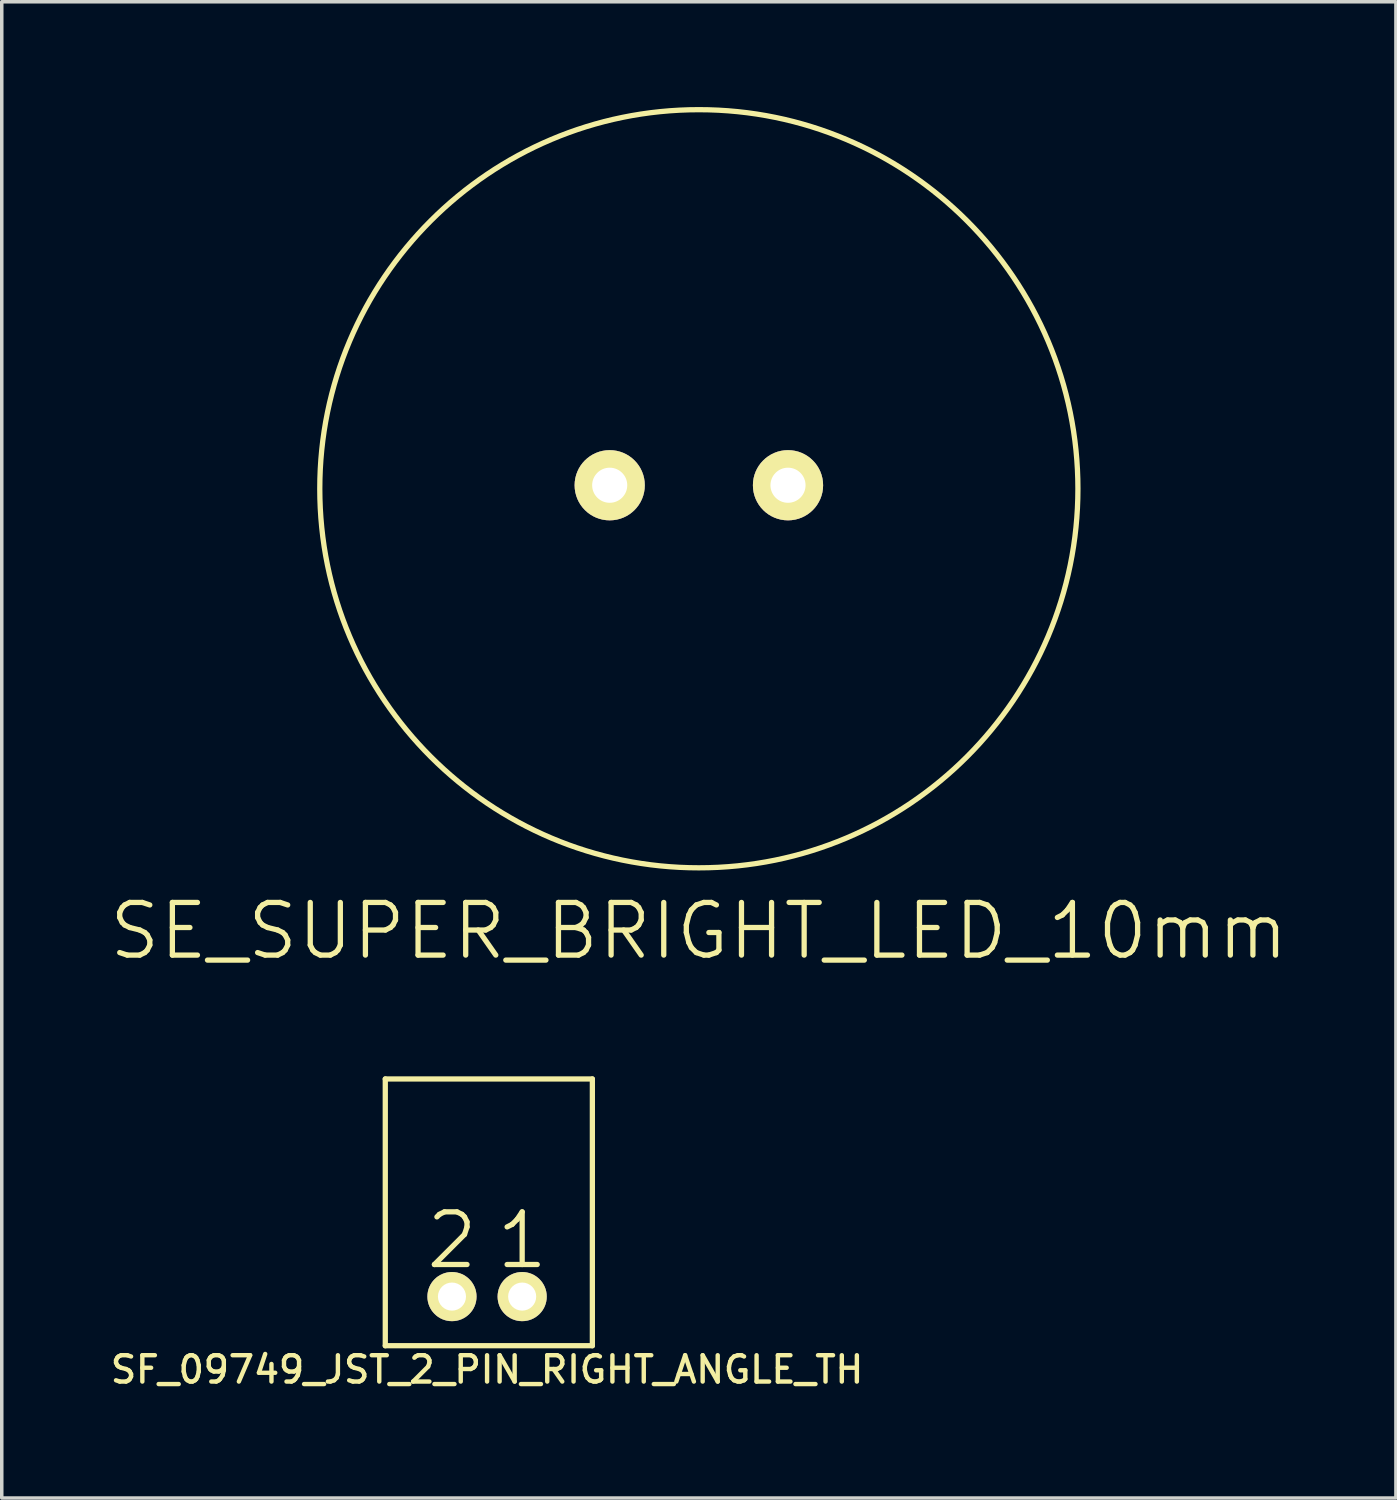
<source format=kicad_pcb>
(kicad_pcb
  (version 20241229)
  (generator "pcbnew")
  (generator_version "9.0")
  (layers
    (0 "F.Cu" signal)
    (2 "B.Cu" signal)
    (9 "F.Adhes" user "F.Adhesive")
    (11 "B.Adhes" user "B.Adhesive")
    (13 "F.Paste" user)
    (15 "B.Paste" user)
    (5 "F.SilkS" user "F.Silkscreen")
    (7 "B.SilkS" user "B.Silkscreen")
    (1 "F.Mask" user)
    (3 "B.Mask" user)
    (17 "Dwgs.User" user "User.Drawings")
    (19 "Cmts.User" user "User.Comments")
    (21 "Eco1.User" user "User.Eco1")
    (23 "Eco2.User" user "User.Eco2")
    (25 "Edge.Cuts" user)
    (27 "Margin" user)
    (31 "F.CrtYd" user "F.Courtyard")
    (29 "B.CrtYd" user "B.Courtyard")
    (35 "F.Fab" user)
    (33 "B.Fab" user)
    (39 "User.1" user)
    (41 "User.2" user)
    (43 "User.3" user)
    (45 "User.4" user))
  (footprint "SE_SUPER_BRIGHT_LED_10mm"
    (layer "F.Cu")
    (at 16.861 10.775)
    (property "Reference" "SE_SUPER_BRIGHT_LED_10mm" (at 0 12.7 0) (layer "F.SilkS") (effects (font (size 1.5 1.5) (thickness 0.15))))
    (attr through_hole)
    (fp_circle (center 0 0.1) (end 0 -10.7) (stroke (width 0.15) (type solid)) (fill no) (layer "F.SilkS"))
    (pad "1" thru_hole circle (at -2.54 0) (size 2 2) (drill 1) (layers "*.Cu" "*.Mask" "F.SilkS"))
    (pad "2" thru_hole circle (at 2.54 0) (size 2 2) (drill 1) (layers "*.Cu" "*.Mask" "F.SilkS")))
  (footprint "SF_09749_JST_2_PIN_RIGHT_ANGLE_TH"
    (layer "F.Cu")
    (at 10.827 30.891)
    (property "Reference" "SF_09749_JST_2_PIN_RIGHT_ANGLE_TH" (at 0 5.08 0) (layer "F.SilkS") (effects (font (size 0.75 0.75) (thickness 0.125))))
    (attr through_hole)
    (fp_line (start -2.9 -3.2) (end -2.9 4.4) (stroke (width 0.15) (type solid)) (layer "F.SilkS"))
    (fp_line (start -2.9 4.4) (end 3 4.4) (stroke (width 0.15) (type solid)) (layer "F.SilkS"))
    (fp_line (start 3 -3.2) (end -2.9 -3.2) (stroke (width 0.15) (type solid)) (layer "F.SilkS"))
    (fp_line (start 3 4.4) (end 3 -3.2) (stroke (width 0.15) (type solid)) (layer "F.SilkS"))
    (fp_text user "2" (at -1 1.4 0) (layer "F.SilkS") (effects (font (size 1.5 1.5) (thickness 0.15))))
    (fp_text user "1" (at 1 1.4 0) (layer "F.SilkS") (effects (font (size 1.5 1.5) (thickness 0.15))))
    (pad "1" thru_hole circle (at 1 3) (size 1.4 1.4) (drill 0.8) (layers "*.Cu" "*.Mask" "F.SilkS"))
    (pad "2" thru_hole circle (at -1 3) (size 1.4 1.4) (drill 0.8) (layers "*.Cu" "*.Mask" "F.SilkS")))
  (gr_rect
    (start -3 -3)
    (end 36.721 39.629)
    (stroke (width 0.1) (type default))
    (fill no)
    (layer "Edge.Cuts")))
</source>
